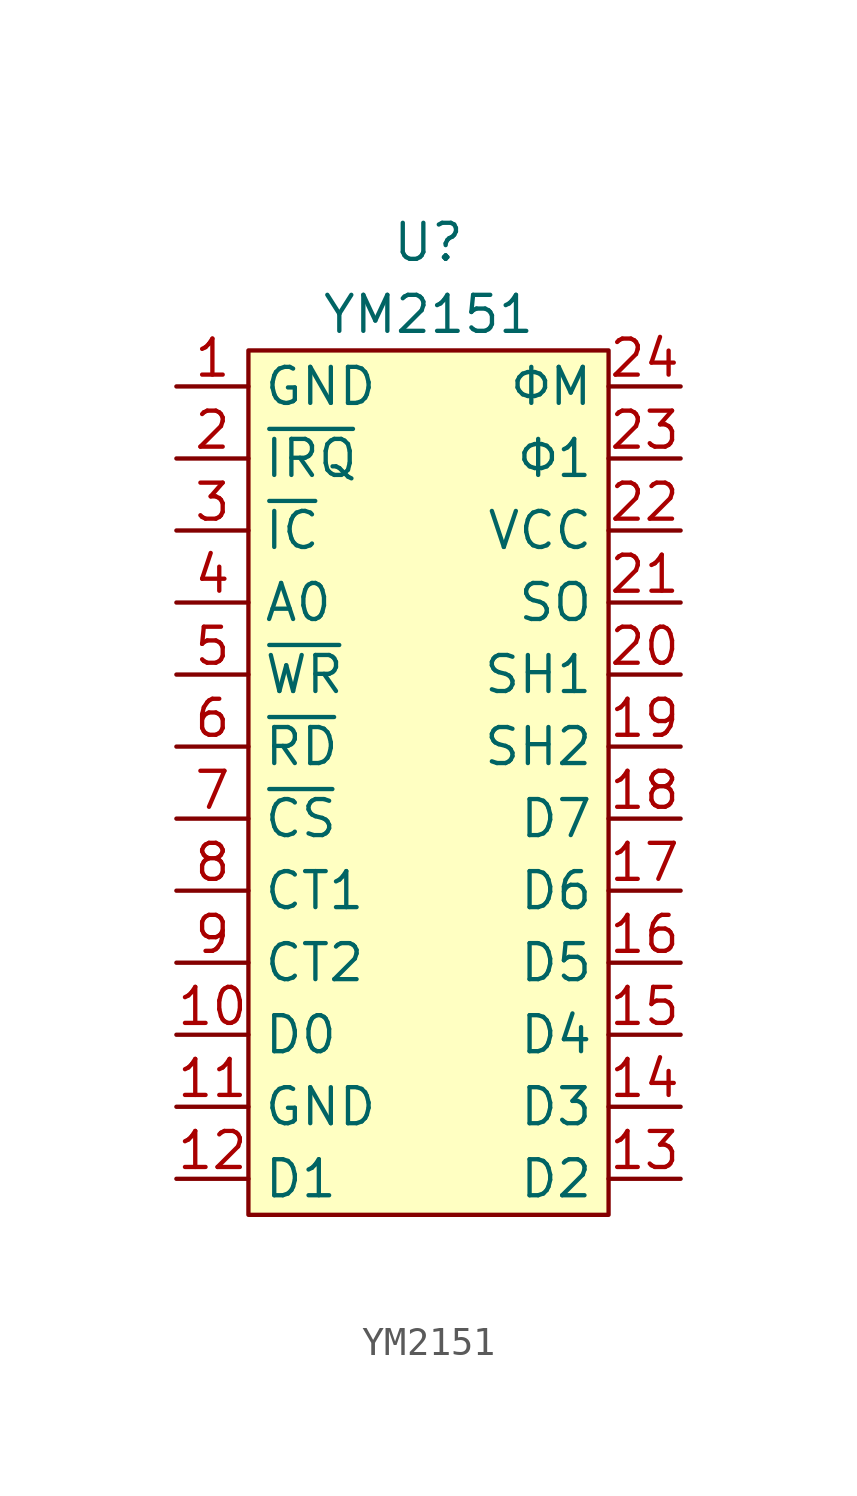
<source format=kicad_sym>
(kicad_symbol_lib
  (version 20211014)
  (generator kicad_symbol_editor)
  (symbol "YM2151"
    (property "Reference" "U"
      (at 0 19.05 0)
      (effects (font (size 1.27 1.27))))
    (property "Value" "YM2151"
      (at 0 16.51 0)
      (effects (font (size 1.27 1.27))))
    (symbol "YM2151_0_1"
      (rectangle (start -6.35 15.24) (end 6.35 -15.24) (stroke (width 0.152) (type default) (color 0 0 0 0)) (fill (type background))))
    (symbol "YM2151_1_1"
      (pin power_in line (at -8.89 13.97 0) (length 2.54) (name "GND" (effects (font (size 1.27 1.27)))) (number "1" (effects (font (size 1.27 1.27)))))
      (pin tri_state line (at -8.89 -8.89 0) (length 2.54) (name "D0" (effects (font (size 1.27 1.27)))) (number "10" (effects (font (size 1.27 1.27)))))
      (pin power_in line (at -8.89 -11.43 0) (length 2.54) (name "GND" (effects (font (size 1.27 1.27)))) (number "11" (effects (font (size 1.27 1.27)))))
      (pin tri_state line (at -8.89 -13.97 0) (length 2.54) (name "D1" (effects (font (size 1.27 1.27)))) (number "12" (effects (font (size 1.27 1.27)))))
      (pin tri_state line (at 8.89 -13.97 180) (length 2.54) (name "D2" (effects (font (size 1.27 1.27)))) (number "13" (effects (font (size 1.27 1.27)))))
      (pin tri_state line (at 8.89 -11.43 180) (length 2.54) (name "D3" (effects (font (size 1.27 1.27)))) (number "14" (effects (font (size 1.27 1.27)))))
      (pin tri_state line (at 8.89 -8.89 180) (length 2.54) (name "D4" (effects (font (size 1.27 1.27)))) (number "15" (effects (font (size 1.27 1.27)))))
      (pin tri_state line (at 8.89 -6.35 180) (length 2.54) (name "D5" (effects (font (size 1.27 1.27)))) (number "16" (effects (font (size 1.27 1.27)))))
      (pin tri_state line (at 8.89 -3.81 180) (length 2.54) (name "D6" (effects (font (size 1.27 1.27)))) (number "17" (effects (font (size 1.27 1.27)))))
      (pin tri_state line (at 8.89 -1.27 180) (length 2.54) (name "D7" (effects (font (size 1.27 1.27)))) (number "18" (effects (font (size 1.27 1.27)))))
      (pin output line (at 8.89 1.27 180) (length 2.54) (name "SH2" (effects (font (size 1.27 1.27)))) (number "19" (effects (font (size 1.27 1.27)))))
      (pin output line (at -8.89 11.43 0) (length 2.54) (name "~{IRQ}" (effects (font (size 1.27 1.27)))) (number "2" (effects (font (size 1.27 1.27)))))
      (pin output line (at 8.89 3.81 180) (length 2.54) (name "SH1" (effects (font (size 1.27 1.27)))) (number "20" (effects (font (size 1.27 1.27)))))
      (pin output line (at 8.89 6.35 180) (length 2.54) (name "SO" (effects (font (size 1.27 1.27)))) (number "21" (effects (font (size 1.27 1.27)))))
      (pin power_in line (at 8.89 8.89 180) (length 2.54) (name "VCC" (effects (font (size 1.27 1.27)))) (number "22" (effects (font (size 1.27 1.27)))))
      (pin output line (at 8.89 11.43 180) (length 2.54) (name "Φ1" (effects (font (size 1.27 1.27)))) (number "23" (effects (font (size 1.27 1.27)))))
      (pin input line (at 8.89 13.97 180) (length 2.54) (name "ΦM" (effects (font (size 1.27 1.27)))) (number "24" (effects (font (size 1.27 1.27)))))
      (pin input line (at -8.89 8.89 0) (length 2.54) (name "~{IC}" (effects (font (size 1.27 1.27)))) (number "3" (effects (font (size 1.27 1.27)))))
      (pin input line (at -8.89 6.35 0) (length 2.54) (name "A0" (effects (font (size 1.27 1.27)))) (number "4" (effects (font (size 1.27 1.27)))))
      (pin input line (at -8.89 3.81 0) (length 2.54) (name "~{WR}" (effects (font (size 1.27 1.27)))) (number "5" (effects (font (size 1.27 1.27)))))
      (pin input line (at -8.89 1.27 0) (length 2.54) (name "~{RD}" (effects (font (size 1.27 1.27)))) (number "6" (effects (font (size 1.27 1.27)))))
      (pin input line (at -8.89 -1.27 0) (length 2.54) (name "~{CS}" (effects (font (size 1.27 1.27)))) (number "7" (effects (font (size 1.27 1.27)))))
      (pin output line (at -8.89 -3.81 0) (length 2.54) (name "CT1" (effects (font (size 1.27 1.27)))) (number "8" (effects (font (size 1.27 1.27)))))
      (pin output line (at -8.89 -6.35 0) (length 2.54) (name "CT2" (effects (font (size 1.27 1.27)))) (number "9" (effects (font (size 1.27 1.27))))))))
</source>
